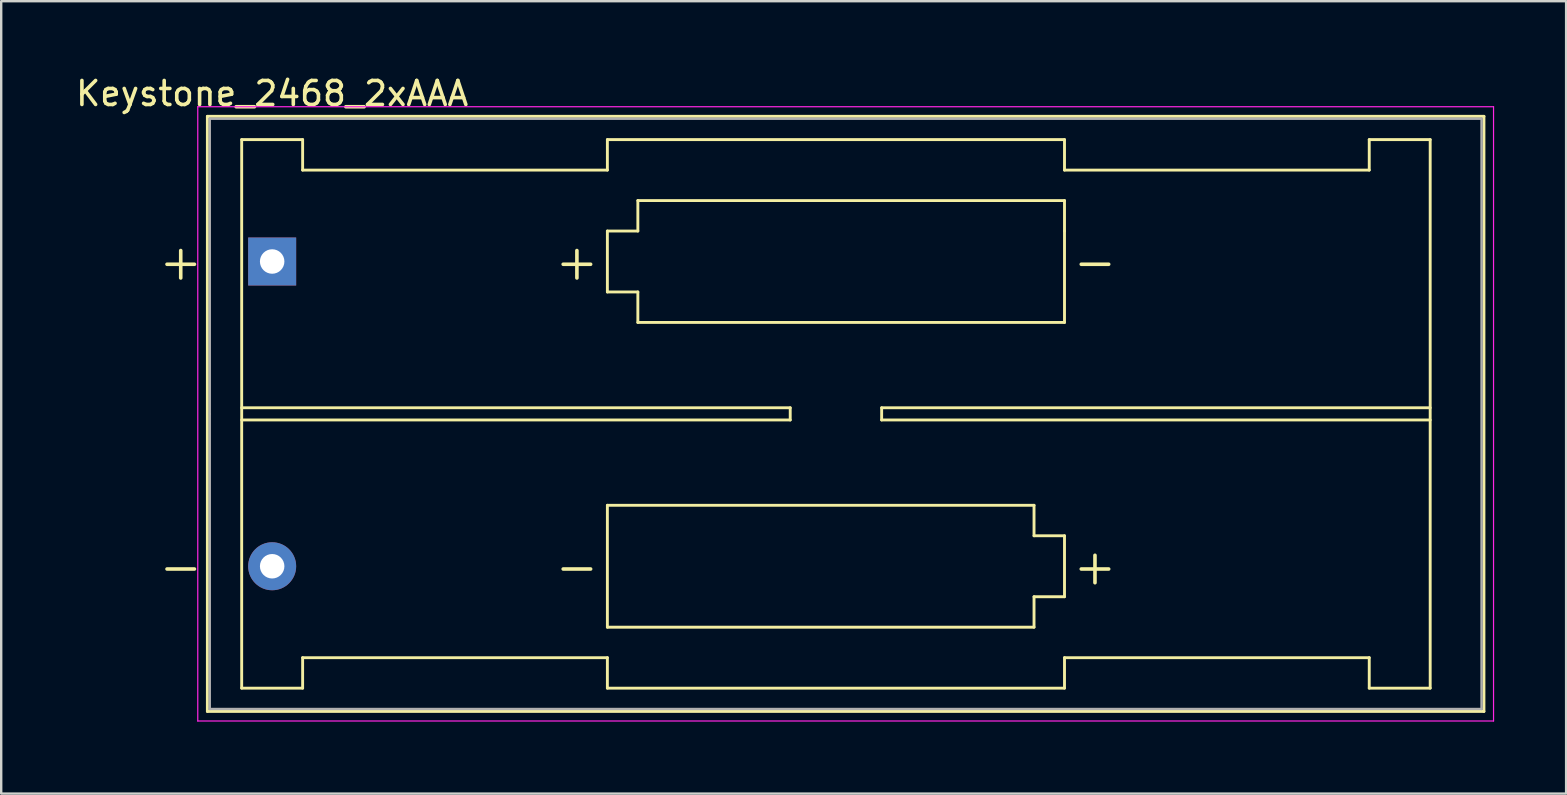
<source format=kicad_pcb>
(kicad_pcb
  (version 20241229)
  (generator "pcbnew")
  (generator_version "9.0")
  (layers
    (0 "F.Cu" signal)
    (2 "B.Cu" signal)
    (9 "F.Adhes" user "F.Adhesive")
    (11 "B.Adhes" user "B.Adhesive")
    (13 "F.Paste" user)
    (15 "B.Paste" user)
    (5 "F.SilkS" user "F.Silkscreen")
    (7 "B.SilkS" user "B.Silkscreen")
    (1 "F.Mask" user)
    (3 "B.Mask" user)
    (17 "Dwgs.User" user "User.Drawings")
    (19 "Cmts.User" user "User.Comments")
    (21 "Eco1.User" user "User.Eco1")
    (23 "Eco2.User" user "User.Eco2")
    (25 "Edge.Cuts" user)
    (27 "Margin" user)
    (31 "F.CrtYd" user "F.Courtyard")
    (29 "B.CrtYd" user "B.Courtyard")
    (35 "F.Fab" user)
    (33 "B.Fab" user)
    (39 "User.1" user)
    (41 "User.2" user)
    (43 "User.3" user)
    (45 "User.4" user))
  (footprint "Keystone_2468_2xAAA"
    (layer "F.Cu")
    (at 8.292 7.848)
    (property "Reference" "Keystone_2468_2xAAA" (at 0 -7 180) (layer "F.SilkS") (effects (font (size 1 1) (thickness 0.15))))
    (attr through_hole)
    (fp_line (start -2.7 -6.05) (end -2.7 18.75) (stroke (width 0.12) (type solid)) (layer "F.SilkS"))
    (fp_line (start -2.7 18.75) (end 50.5 18.75) (stroke (width 0.12) (type solid)) (layer "F.SilkS"))
    (fp_line (start -1.27 -5.08) (end -1.27 17.78) (stroke (width 0.12) (type solid)) (layer "F.SilkS"))
    (fp_line (start -1.27 6.096) (end 21.59 6.096) (stroke (width 0.12) (type solid)) (layer "F.SilkS"))
    (fp_line (start -1.27 17.78) (end 1.27 17.78) (stroke (width 0.12) (type solid)) (layer "F.SilkS"))
    (fp_line (start 1.27 -5.08) (end -1.27 -5.08) (stroke (width 0.12) (type solid)) (layer "F.SilkS"))
    (fp_line (start 1.27 -3.81) (end 1.27 -5.08) (stroke (width 0.12) (type solid)) (layer "F.SilkS"))
    (fp_line (start 1.27 -3.81) (end 13.97 -3.81) (stroke (width 0.12) (type solid)) (layer "F.SilkS"))
    (fp_line (start 1.27 16.51) (end 13.97 16.51) (stroke (width 0.12) (type solid)) (layer "F.SilkS"))
    (fp_line (start 1.27 17.78) (end 1.27 16.51) (stroke (width 0.12) (type solid)) (layer "F.SilkS"))
    (fp_line (start 13.97 -5.08) (end 13.97 -3.81) (stroke (width 0.12) (type solid)) (layer "F.SilkS"))
    (fp_line (start 13.97 -1.27) (end 15.24 -1.27) (stroke (width 0.12) (type solid)) (layer "F.SilkS"))
    (fp_line (start 13.97 1.27) (end 13.97 -1.27) (stroke (width 0.12) (type solid)) (layer "F.SilkS"))
    (fp_line (start 13.97 10.16) (end 31.75 10.16) (stroke (width 0.12) (type solid)) (layer "F.SilkS"))
    (fp_line (start 13.97 15.24) (end 13.97 10.16) (stroke (width 0.12) (type solid)) (layer "F.SilkS"))
    (fp_line (start 13.97 16.51) (end 13.97 17.78) (stroke (width 0.12) (type solid)) (layer "F.SilkS"))
    (fp_line (start 13.97 17.78) (end 33.02 17.78) (stroke (width 0.12) (type solid)) (layer "F.SilkS"))
    (fp_line (start 15.24 -2.54) (end 33.02 -2.54) (stroke (width 0.12) (type solid)) (layer "F.SilkS"))
    (fp_line (start 15.24 -1.27) (end 15.24 -2.54) (stroke (width 0.12) (type solid)) (layer "F.SilkS"))
    (fp_line (start 15.24 1.27) (end 13.97 1.27) (stroke (width 0.12) (type solid)) (layer "F.SilkS"))
    (fp_line (start 15.24 2.54) (end 15.24 1.27) (stroke (width 0.12) (type solid)) (layer "F.SilkS"))
    (fp_line (start 21.59 6.096) (end 21.59 6.604) (stroke (width 0.12) (type solid)) (layer "F.SilkS"))
    (fp_line (start 21.59 6.604) (end -1.27 6.604) (stroke (width 0.12) (type solid)) (layer "F.SilkS"))
    (fp_line (start 25.4 6.096) (end 25.4 6.604) (stroke (width 0.12) (type solid)) (layer "F.SilkS"))
    (fp_line (start 25.4 6.604) (end 48.26 6.604) (stroke (width 0.12) (type solid)) (layer "F.SilkS"))
    (fp_line (start 31.75 10.16) (end 31.75 11.43) (stroke (width 0.12) (type solid)) (layer "F.SilkS"))
    (fp_line (start 31.75 11.43) (end 33.02 11.43) (stroke (width 0.12) (type solid)) (layer "F.SilkS"))
    (fp_line (start 31.75 13.97) (end 31.75 15.24) (stroke (width 0.12) (type solid)) (layer "F.SilkS"))
    (fp_line (start 31.75 15.24) (end 13.97 15.24) (stroke (width 0.12) (type solid)) (layer "F.SilkS"))
    (fp_line (start 33.02 -5.08) (end 13.97 -5.08) (stroke (width 0.12) (type solid)) (layer "F.SilkS"))
    (fp_line (start 33.02 -3.81) (end 33.02 -5.08) (stroke (width 0.12) (type solid)) (layer "F.SilkS"))
    (fp_line (start 33.02 -2.54) (end 33.02 -1.27) (stroke (width 0.12) (type solid)) (layer "F.SilkS"))
    (fp_line (start 33.02 -1.27) (end 33.02 2.54) (stroke (width 0.12) (type solid)) (layer "F.SilkS"))
    (fp_line (start 33.02 2.54) (end 15.24 2.54) (stroke (width 0.12) (type solid)) (layer "F.SilkS"))
    (fp_line (start 33.02 11.43) (end 33.02 13.97) (stroke (width 0.12) (type solid)) (layer "F.SilkS"))
    (fp_line (start 33.02 13.97) (end 31.75 13.97) (stroke (width 0.12) (type solid)) (layer "F.SilkS"))
    (fp_line (start 33.02 17.78) (end 33.02 16.51) (stroke (width 0.12) (type solid)) (layer "F.SilkS"))
    (fp_line (start 45.72 -5.08) (end 45.72 -3.81) (stroke (width 0.12) (type solid)) (layer "F.SilkS"))
    (fp_line (start 45.72 -3.81) (end 33.02 -3.81) (stroke (width 0.12) (type solid)) (layer "F.SilkS"))
    (fp_line (start 45.72 16.51) (end 33.02 16.51) (stroke (width 0.12) (type solid)) (layer "F.SilkS"))
    (fp_line (start 45.72 17.78) (end 45.72 16.51) (stroke (width 0.12) (type solid)) (layer "F.SilkS"))
    (fp_line (start 48.26 -5.08) (end 45.72 -5.08) (stroke (width 0.12) (type solid)) (layer "F.SilkS"))
    (fp_line (start 48.26 -5.08) (end 48.26 17.78) (stroke (width 0.12) (type solid)) (layer "F.SilkS"))
    (fp_line (start 48.26 6.096) (end 25.4 6.096) (stroke (width 0.12) (type solid)) (layer "F.SilkS"))
    (fp_line (start 48.26 17.78) (end 45.72 17.78) (stroke (width 0.12) (type solid)) (layer "F.SilkS"))
    (fp_line (start 50.5 -6.05) (end -2.7 -6.05) (stroke (width 0.12) (type solid)) (layer "F.SilkS"))
    (fp_line (start 50.5 18.75) (end 50.5 -6.05) (stroke (width 0.12) (type solid)) (layer "F.SilkS"))
    (fp_line (start -3.1 -6.45) (end -3.1 19.15) (stroke (width 0.05) (type solid)) (layer "F.CrtYd"))
    (fp_line (start -3.1 19.15) (end 50.9 19.15) (stroke (width 0.05) (type solid)) (layer "F.CrtYd"))
    (fp_line (start 50.9 -6.45) (end -3.1 -6.45) (stroke (width 0.05) (type solid)) (layer "F.CrtYd"))
    (fp_line (start 50.9 19.15) (end 50.9 -6.45) (stroke (width 0.05) (type solid)) (layer "F.CrtYd"))
    (fp_line (start -2.6 -5.95) (end 50.4 -5.95) (stroke (width 0.1) (type solid)) (layer "F.Fab"))
    (fp_line (start -2.6 6.35) (end -2.6 -5.95) (stroke (width 0.1) (type solid)) (layer "F.Fab"))
    (fp_line (start -2.6 18.65) (end -2.6 6.35) (stroke (width 0.1) (type solid)) (layer "F.Fab"))
    (fp_line (start -2.6 18.65) (end 50.4 18.65) (stroke (width 0.1) (type solid)) (layer "F.Fab"))
    (fp_line (start 50.4 18.65) (end 50.4 -5.95) (stroke (width 0.1) (type solid)) (layer "F.Fab"))
    (fp_text user "-" (at 12.7 12.7 0) (layer "F.SilkS") (effects (font (size 1.5 1.5) (thickness 0.15))))
    (fp_text user "+" (at 34.29 12.7 0) (layer "F.SilkS") (effects (font (size 1.5 1.5) (thickness 0.15))))
    (fp_text user "+" (at -3.81 0 0) (layer "F.SilkS") (effects (font (size 1.5 1.5) (thickness 0.15))))
    (fp_text user "+" (at 12.7 0 0) (layer "F.SilkS") (effects (font (size 1.5 1.5) (thickness 0.15))))
    (fp_text user "-" (at 34.29 0 0) (layer "F.SilkS") (effects (font (size 1.5 1.5) (thickness 0.15))))
    (fp_text user "-" (at -3.81 12.7 0) (layer "F.SilkS") (effects (font (size 1.5 1.5) (thickness 0.15))))
    (pad "1" thru_hole rect (at 0 0) (size 2 2) (drill 1.02) (layers "*.Cu" "*.Mask"))
    (pad "2" thru_hole circle (at 0 12.7) (size 2 2) (drill 1.02) (layers "*.Cu" "*.Mask")))
  (gr_rect
    (start -3 -3)
    (end 62.217 30.023)
    (stroke (width 0.1) (type default))
    (fill no)
    (layer "Edge.Cuts")))
</source>
